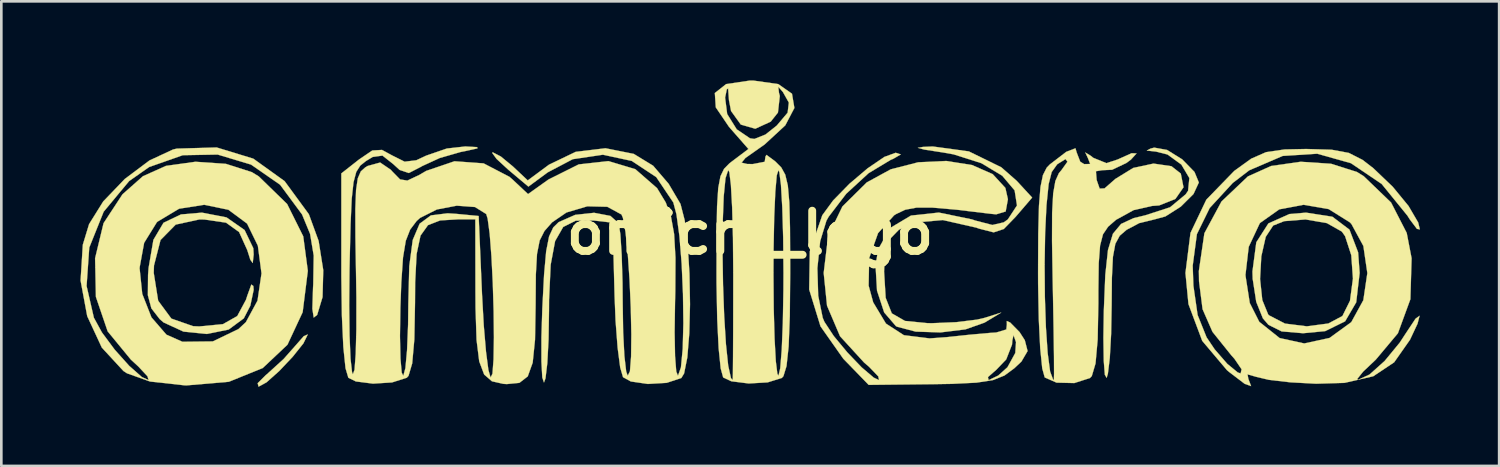
<source format=kicad_pcb>
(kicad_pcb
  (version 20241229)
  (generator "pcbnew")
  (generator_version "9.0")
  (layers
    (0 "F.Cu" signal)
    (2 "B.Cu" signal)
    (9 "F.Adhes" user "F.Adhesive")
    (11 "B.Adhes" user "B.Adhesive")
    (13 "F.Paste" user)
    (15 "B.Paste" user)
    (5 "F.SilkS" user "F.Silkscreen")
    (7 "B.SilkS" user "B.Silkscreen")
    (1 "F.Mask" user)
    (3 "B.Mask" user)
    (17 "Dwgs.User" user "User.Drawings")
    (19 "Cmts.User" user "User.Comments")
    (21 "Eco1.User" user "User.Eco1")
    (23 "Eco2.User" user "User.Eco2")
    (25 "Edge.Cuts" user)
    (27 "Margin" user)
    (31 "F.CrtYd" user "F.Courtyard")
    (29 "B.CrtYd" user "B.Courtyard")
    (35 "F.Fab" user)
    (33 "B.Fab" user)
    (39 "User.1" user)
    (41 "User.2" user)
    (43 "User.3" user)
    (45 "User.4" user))
  (footprint "omicro_logo"
    (layer "F.Cu")
    (at 25.385 5.774)
    (property "Reference" "omicro_logo" (at 0 0 0) (layer "F.SilkS") (effects (font (size 1.524 1.524) (thickness 0.3))))
    (attr through_hole)
    (fp_poly (pts (xy 23.042 5.582) (xy 23.04 5.577) (xy 23.065 5.571) (xy 23.042 5.582)) (stroke (width 0.01) (type solid)) (fill yes) (layer "F.SilkS"))
    (fp_poly (pts (xy 24.063 4.861) (xy 24.636 4.164) (xy 24.867 3.81) (xy 25.234 3.258) (xy 25.387 3.146) (xy 25.309 3.448) (xy 25.023 4.057) (xy 24.423 4.912) (xy 23.629 5.442) (xy 23.065 5.571) (xy 23.488 5.376) (xy 24.063 4.861)) (stroke (width 0.01) (type solid)) (fill yes) (layer "F.SilkS"))
    (fp_poly (pts (xy -16.77 3.865) (xy -16.932 4.195) (xy -17.339 4.704) (xy -17.851 5.245) (xy -18.33 5.672) (xy -18.632 5.836) (xy -18.666 5.705) (xy -18.355 5.395) (xy -18.316 5.364) (xy -17.682 4.787) (xy -17.242 4.29) (xy -16.918 3.921) (xy -16.77 3.857) (xy -16.77 3.865)) (stroke (width 0.01) (type solid)) (fill yes) (layer "F.SilkS"))
    (fp_poly (pts (xy 15.814 -3.139) (xy 16.388 -2.781) (xy 16.853 -2.304) (xy 17.018 -1.905) (xy 16.815 -1.468) (xy 16.331 -0.988) (xy 15.751 -0.619) (xy 15.344 -0.508) (xy 14.757 -0.365) (xy 14.281 -0.113) (xy 14.018 0.113) (xy 13.852 0.419) (xy 13.76 0.915) (xy 13.721 1.713) (xy 13.712 2.745) (xy 13.692 3.835) (xy 13.642 4.744) (xy 13.569 5.346) (xy 13.522 5.501) (xy 13.454 5.386) (xy 13.412 4.851) (xy 13.399 3.985) (xy 13.415 2.961) (xy 13.471 1.597) (xy 13.573 0.652) (xy 13.76 0.038) (xy 14.07 -0.334) (xy 14.542 -0.553) (xy 14.986 -0.661) (xy 15.927 -0.966) (xy 16.516 -1.454) (xy 16.609 -1.59) (xy 16.658 -2.074) (xy 16.355 -2.584) (xy 15.828 -2.967) (xy 15.391 -3.077) (xy 15.044 -3.115) (xy 15.185 -3.19) (xy 15.326 -3.227) (xy 15.814 -3.139)) (stroke (width 0.01) (type solid)) (fill yes) (layer "F.SilkS"))
    (fp_poly (pts (xy 22.081 -0.607) (xy 22.728 -0.118) (xy 23.056 0.743) (xy 23.114 1.524) (xy 22.984 2.639) (xy 22.564 3.358) (xy 21.807 3.73) (xy 20.969 3.81) (xy 20.157 3.741) (xy 19.657 3.491) (xy 19.445 3.245) (xy 19.194 2.622) (xy 19.06 1.755) (xy 19.339 1.755) (xy 19.423 2.551) (xy 19.645 3.095) (xy 19.675 3.129) (xy 20.283 3.444) (xy 21.111 3.548) (xy 21.927 3.441) (xy 22.461 3.157) (xy 22.748 2.579) (xy 22.86 1.739) (xy 22.797 0.852) (xy 22.562 0.13) (xy 22.44 -0.043) (xy 21.871 -0.365) (xy 21.062 -0.504) (xy 20.252 -0.439) (xy 19.835 -0.273) (xy 19.554 0.155) (xy 19.386 0.894) (xy 19.339 1.755) (xy 19.06 1.755) (xy 19.059 1.753) (xy 19.05 1.467) (xy 19.196 0.362) (xy 19.654 -0.353) (xy 20.452 -0.709) (xy 21.082 -0.762) (xy 22.081 -0.607)) (stroke (width 0.01) (type solid)) (fill yes) (layer "F.SilkS"))
    (fp_poly (pts (xy -19.848 -0.582) (xy -19.162 -0.103) (xy -18.831 0.587) (xy -18.818 0.826) (xy -18.853 1.148) (xy -18.944 1.024) (xy -19.061 0.657) (xy -19.37 -0.026) (xy -19.865 -0.382) (xy -20.685 -0.501) (xy -20.877 -0.504) (xy -21.773 -0.309) (xy -22.349 0.276) (xy -22.597 1.243) (xy -22.606 1.524) (xy -22.438 2.578) (xy -21.938 3.255) (xy -21.116 3.542) (xy -20.877 3.552) (xy -19.983 3.466) (xy -19.44 3.159) (xy -19.109 2.541) (xy -19.061 2.391) (xy -18.906 1.964) (xy -18.83 2.019) (xy -18.818 2.166) (xy -18.944 2.765) (xy -19.191 3.245) (xy -19.766 3.67) (xy -20.591 3.838) (xy -21.477 3.749) (xy -22.234 3.401) (xy -22.381 3.273) (xy -22.695 2.868) (xy -22.829 2.369) (xy -22.822 1.595) (xy -22.801 1.33) (xy -22.619 0.27) (xy -22.236 -0.378) (xy -21.573 -0.694) (xy -20.779 -0.762) (xy -19.848 -0.582)) (stroke (width 0.01) (type solid)) (fill yes) (layer "F.SilkS"))
    (fp_poly (pts (xy 8.297 -3.084) (xy 9.528 -2.481) (xy 10.111 -1.969) (xy 10.698 -1.333) (xy 10.073 -0.606) (xy 9.623 -0.142) (xy 9.239 -0.014) (xy 8.681 -0.157) (xy 8.579 -0.194) (xy 7.311 -0.481) (xy 6.22 -0.385) (xy 5.645 -0.113) (xy 5.275 0.268) (xy 5.111 0.837) (xy 5.084 1.475) (xy 5.144 2.467) (xy 5.377 3.057) (xy 5.877 3.344) (xy 6.737 3.428) (xy 6.912 3.429) (xy 7.817 3.391) (xy 8.607 3.294) (xy 8.89 3.228) (xy 9.525 3.027) (xy 8.89 3.409) (xy 8.17 3.663) (xy 7.224 3.779) (xy 6.282 3.749) (xy 5.573 3.562) (xy 5.534 3.541) (xy 5.088 3.023) (xy 4.816 2.196) (xy 4.76 1.239) (xy 4.862 0.623) (xy 5.316 -0.182) (xy 6.104 -0.651) (xy 7.159 -0.765) (xy 8.417 -0.505) (xy 8.538 -0.463) (xy 9.189 -0.294) (xy 9.623 -0.395) (xy 9.775 -0.504) (xy 10.123 -1.034) (xy 10.033 -1.606) (xy 9.564 -2.161) (xy 8.772 -2.637) (xy 7.718 -2.972) (xy 7.337 -3.04) (xy 6.613 -3.152) (xy 6.363 -3.218) (xy 6.556 -3.254) (xy 6.93 -3.27) (xy 8.297 -3.084)) (stroke (width 0.01) (type solid)) (fill yes) (layer "F.SilkS"))
    (fp_poly (pts (xy 12.389 -3.035) (xy 12.522 -2.691) (xy 12.672 -2.602) (xy 12.897 -2.607) (xy 12.814 -2.825) (xy 12.712 -3.044) (xy 12.918 -2.918) (xy 13.016 -2.84) (xy 13.513 -2.638) (xy 13.937 -2.776) (xy 14.47 -3.015) (xy 14.655 -3.007) (xy 14.442 -2.772) (xy 14.269 -2.644) (xy 13.729 -2.388) (xy 13.352 -2.371) (xy 13.116 -2.331) (xy 13.143 -2) (xy 13.257 -1.674) (xy 13.442 -1.682) (xy 13.844 -2.033) (xy 13.854 -2.042) (xy 14.53 -2.457) (xy 15.299 -2.622) (xy 15.979 -2.522) (xy 16.333 -2.244) (xy 16.436 -1.723) (xy 16.13 -1.283) (xy 15.515 -1.036) (xy 15.243 -1.016) (xy 14.546 -0.858) (xy 13.877 -0.49) (xy 13.577 -0.228) (xy 13.383 0.06) (xy 13.273 0.485) (xy 13.222 1.158) (xy 13.208 2.189) (xy 13.208 2.67) (xy 13.182 4.048) (xy 13.101 4.956) (xy 12.96 5.432) (xy 12.89 5.508) (xy 12.296 5.699) (xy 11.623 5.683) (xy 11.175 5.486) (xy 11.08 5.144) (xy 11.003 4.38) (xy 10.949 3.278) (xy 10.923 1.925) (xy 10.922 1.513) (xy 10.923 1.201) (xy 11.17 1.201) (xy 11.18 2.426) (xy 11.219 3.581) (xy 11.286 4.561) (xy 11.379 5.263) (xy 11.497 5.58) (xy 11.521 5.588) (xy 11.528 5.349) (xy 11.525 4.69) (xy 11.511 3.7) (xy 11.489 2.466) (xy 11.476 1.814) (xy 11.451 0.315) (xy 11.455 -0.759) (xy 11.495 -1.49) (xy 11.578 -1.962) (xy 11.71 -2.256) (xy 11.811 -2.377) (xy 12.035 -2.691) (xy 11.965 -2.794) (xy 11.648 -2.596) (xy 11.439 -2.303) (xy 11.323 -1.846) (xy 11.241 -1.04) (xy 11.19 0.011) (xy 11.17 1.201) (xy 10.923 1.201) (xy 10.929 0.033) (xy 10.956 -1.021) (xy 11.013 -1.734) (xy 11.107 -2.187) (xy 11.249 -2.466) (xy 11.367 -2.589) (xy 11.992 -3.068) (xy 12.339 -3.202) (xy 12.389 -3.035)) (stroke (width 0.01) (type solid)) (fill yes) (layer "F.SilkS"))
    (fp_poly (pts (xy -18.832 -2.809) (xy -17.644 -1.956) (xy -16.733 -0.713) (xy -16.718 -0.684) (xy -16.355 0.311) (xy -16.179 1.418) (xy -16.206 2.44) (xy -16.41 3.115) (xy -16.541 3.217) (xy -16.592 2.886) (xy -16.567 2.088) (xy -16.559 1.951) (xy -16.541 0.865) (xy -16.678 0.045) (xy -16.983 -0.694) (xy -17.816 -1.82) (xy -18.917 -2.584) (xy -20.182 -2.964) (xy -21.504 -2.94) (xy -22.78 -2.492) (xy -23.538 -1.96) (xy -24.504 -0.799) (xy -25.051 0.563) (xy -25.152 2.019) (xy -24.876 3.222) (xy -24.57 3.781) (xy -24.085 4.434) (xy -23.54 5.043) (xy -23.057 5.47) (xy -22.801 5.588) (xy -22.844 5.442) (xy -23.19 5.071) (xy -23.471 4.813) (xy -24.353 3.739) (xy -24.799 2.432) (xy -24.822 1.33) (xy -23.144 1.33) (xy -23.042 2.318) (xy -22.693 3.208) (xy -22.126 3.864) (xy -21.521 4.133) (xy -20.367 4.12) (xy -19.395 3.653) (xy -19.113 3.39) (xy -18.672 2.575) (xy -18.52 1.542) (xy -18.659 0.491) (xy -19.068 -0.347) (xy -19.775 -0.871) (xy -20.691 -1.06) (xy -21.644 -0.911) (xy -22.459 -0.423) (xy -22.491 -0.393) (xy -22.97 0.382) (xy -23.144 1.33) (xy -24.822 1.33) (xy -24.83 0.967) (xy -24.509 -0.362) (xy -23.79 -1.458) (xy -23.016 -2.143) (xy -22.143 -2.535) (xy -21.025 -2.691) (xy -19.871 -2.612) (xy -18.886 -2.297) (xy -18.624 -2.136) (xy -17.548 -1.088) (xy -16.938 0.137) (xy -16.764 1.445) (xy -16.96 3.011) (xy -17.536 4.245) (xy -18.474 5.13) (xy -19.757 5.65) (xy -21.367 5.788) (xy -21.441 5.785) (xy -22.746 5.641) (xy -23.62 5.33) (xy -23.754 5.243) (xy -24.575 4.354) (xy -25.129 3.161) (xy -25.38 1.813) (xy -25.295 0.454) (xy -25.058 -0.326) (xy -24.521 -1.187) (xy -23.703 -2.039) (xy -22.767 -2.741) (xy -21.874 -3.156) (xy -21.732 -3.189) (xy -20.22 -3.233) (xy -18.832 -2.809)) (stroke (width 0.01) (type solid)) (fill yes) (layer "F.SilkS"))
    (fp_poly (pts (xy 5.717 -2.969) (xy 5.427 -2.801) (xy 5.334 -2.763) (xy 4.496 -2.258) (xy 3.647 -1.477) (xy 2.982 -0.607) (xy 2.898 -0.457) (xy 2.661 0.32) (xy 2.555 1.344) (xy 2.586 2.388) (xy 2.758 3.229) (xy 2.824 3.382) (xy 3.175 3.915) (xy 3.687 4.533) (xy 4.234 5.104) (xy 4.693 5.494) (xy 4.895 5.588) (xy 4.871 5.474) (xy 9.021 5.474) (xy 9.048 5.588) (xy 9.409 5.416) (xy 9.762 5.099) (xy 10.058 4.559) (xy 10.085 4.146) (xy 9.991 3.879) (xy 9.945 4.09) (xy 9.935 4.24) (xy 9.715 4.802) (xy 9.341 5.193) (xy 9.021 5.474) (xy 4.871 5.474) (xy 4.865 5.447) (xy 4.525 5.094) (xy 4.328 4.923) (xy 3.413 3.923) (xy 2.921 2.767) (xy 2.794 1.524) (xy 2.963 0.122) (xy 3.504 -0.996) (xy 4.427 -1.908) (xy 5.336 -2.404) (xy 6.376 -2.671) (xy 7.44 -2.721) (xy 8.418 -2.567) (xy 9.202 -2.222) (xy 9.682 -1.7) (xy 9.779 -1.27) (xy 9.694 -0.806) (xy 9.336 -0.698) (xy 9.144 -0.716) (xy 7.836 -0.873) (xy 6.926 -0.952) (xy 6.31 -0.952) (xy 5.883 -0.872) (xy 5.541 -0.709) (xy 5.464 -0.661) (xy 4.855 0.015) (xy 4.518 0.964) (xy 4.498 2.006) (xy 4.67 2.637) (xy 5.155 3.444) (xy 5.836 3.885) (xy 6.81 4.006) (xy 7.455 3.959) (xy 8.332 3.866) (xy 9.079 3.799) (xy 9.333 3.783) (xy 9.718 3.668) (xy 9.738 3.49) (xy 9.736 3.345) (xy 9.865 3.404) (xy 10.22 3.765) (xy 10.419 4.074) (xy 10.525 4.485) (xy 10.29 4.885) (xy 10.02 5.139) (xy 9.647 5.414) (xy 9.211 5.587) (xy 8.588 5.684) (xy 7.652 5.73) (xy 6.929 5.742) (xy 4.5 5.768) (xy 3.538 4.777) (xy 2.673 3.548) (xy 2.244 2.154) (xy 2.268 0.703) (xy 2.741 -0.663) (xy 3.152 -1.224) (xy 3.771 -1.857) (xy 4.465 -2.446) (xy 5.097 -2.876) (xy 5.525 -3.032) (xy 5.717 -2.969)) (stroke (width 0.01) (type solid)) (fill yes) (layer "F.SilkS"))
    (fp_poly (pts (xy 22.054 -3.147) (xy 22.705 -3.026) (xy 23.229 -2.759) (xy 23.637 -2.443) (xy 24.368 -1.744) (xy 24.968 -1.014) (xy 25.333 -0.389) (xy 25.397 -0.127) (xy 25.287 -0.146) (xy 25.012 -0.511) (xy 24.927 -0.646) (xy 23.949 -1.849) (xy 22.783 -2.637) (xy 21.506 -2.996) (xy 20.196 -2.912) (xy 18.93 -2.368) (xy 18.303 -1.888) (xy 17.429 -0.938) (xy 16.944 0.052) (xy 16.785 1.246) (xy 16.811 2.007) (xy 16.971 3.119) (xy 17.311 3.965) (xy 17.617 4.42) (xy 18.097 4.972) (xy 18.493 5.297) (xy 18.602 5.334) (xy 18.638 5.177) (xy 18.371 4.784) (xy 18.24 4.636) (xy 17.536 3.759) (xy 17.159 2.899) (xy 17.024 1.837) (xy 17.021 1.61) (xy 18.784 1.61) (xy 18.949 2.666) (xy 19.309 3.378) (xy 20.081 3.993) (xy 21.014 4.197) (xy 21.972 3.989) (xy 22.797 3.39) (xy 23.254 2.558) (xy 23.406 1.53) (xy 23.255 0.501) (xy 22.803 -0.33) (xy 22.745 -0.393) (xy 21.94 -0.896) (xy 20.989 -1.06) (xy 20.067 -0.887) (xy 19.348 -0.378) (xy 19.322 -0.347) (xy 18.909 0.533) (xy 18.784 1.61) (xy 17.021 1.61) (xy 17.018 1.451) (xy 17.228 0.019) (xy 17.877 -1.186) (xy 18.878 -2.136) (xy 19.758 -2.531) (xy 20.878 -2.691) (xy 22.031 -2.615) (xy 23.011 -2.304) (xy 23.27 -2.143) (xy 24.306 -1.146) (xy 24.899 0.008) (xy 25.084 0.967) (xy 25.038 2.52) (xy 24.565 3.811) (xy 23.725 4.813) (xy 23.248 5.264) (xy 23.026 5.54) (xy 23.04 5.577) (xy 22.54 5.692) (xy 21.463 5.724) (xy 20.494 5.672) (xy 19.678 5.578) (xy 19.199 5.465) (xy 18.863 5.369) (xy 18.896 5.545) (xy 18.999 5.815) (xy 18.755 5.728) (xy 18.176 5.287) (xy 18.084 5.21) (xy 17.146 4.1) (xy 16.624 2.706) (xy 16.51 1.524) (xy 16.701 0.005) (xy 17.301 -1.253) (xy 18.356 -2.34) (xy 18.371 -2.352) (xy 19.003 -2.808) (xy 19.568 -3.056) (xy 20.268 -3.158) (xy 21.087 -3.175) (xy 22.054 -3.147)) (stroke (width 0.01) (type solid)) (fill yes) (layer "F.SilkS"))
    (fp_poly (pts (xy 1.072 -5.636) (xy 1.592 -5.271) (xy 1.683 -4.731) (xy 1.338 -4.071) (xy 0.553 -3.346) (xy 0.362 -3.212) (xy -0.175 -2.833) (xy -0.32 -2.657) (xy -0.105 -2.606) (xy 0.11 -2.604) (xy 0.558 -2.691) (xy 0.587 -2.889) (xy 0.625 -2.952) (xy 0.943 -2.716) (xy 0.972 -2.691) (xy 1.187 -2.474) (xy 1.337 -2.201) (xy 1.435 -1.788) (xy 1.491 -1.147) (xy 1.517 -0.192) (xy 1.524 1.164) (xy 1.524 1.548) (xy 1.51 3.158) (xy 1.465 4.311) (xy 1.385 5.055) (xy 1.267 5.44) (xy 1.206 5.506) (xy 0.67 5.673) (xy -0.049 5.715) (xy -0.706 5.632) (xy -1.017 5.486) (xy -1.111 5.144) (xy -1.189 4.379) (xy -1.243 3.275) (xy -1.269 1.916) (xy -1.27 1.485) (xy -1.268 0.744) (xy -1.041 0.744) (xy -1.022 1.969) (xy -0.978 3.163) (xy -0.912 4.222) (xy -0.826 5.04) (xy -0.721 5.513) (xy -0.656 5.588) (xy -0.649 5.348) (xy -0.643 4.686) (xy -0.638 3.686) (xy -0.636 2.434) (xy -0.635 1.548) (xy -0.635 1.524) (xy 0.889 1.524) (xy 0.9 2.876) (xy 0.932 4.019) (xy 0.979 4.871) (xy 1.038 5.349) (xy 1.079 5.422) (xy 1.146 5.14) (xy 1.203 4.441) (xy 1.245 3.419) (xy 1.267 2.164) (xy 1.27 1.524) (xy 1.258 0.192) (xy 1.224 -0.951) (xy 1.174 -1.812) (xy 1.112 -2.3) (xy 1.079 -2.374) (xy 1.015 -2.175) (xy 0.96 -1.551) (xy 0.918 -0.584) (xy 0.894 0.645) (xy 0.889 1.524) (xy -0.635 1.524) (xy -0.646 0.192) (xy -0.677 -0.956) (xy -0.724 -1.813) (xy -0.783 -2.298) (xy -0.826 -2.374) (xy -0.928 -2.071) (xy -0.996 -1.381) (xy -1.033 -0.408) (xy -1.041 0.744) (xy -1.268 0.744) (xy -1.267 0.032) (xy -1.249 -1) (xy -1.204 -1.695) (xy -1.12 -2.141) (xy -0.984 -2.422) (xy -0.784 -2.626) (xy -0.665 -2.719) (xy -0.059 -3.175) (xy -0.794 -4.012) (xy -1.297 -4.754) (xy -1.321 -5.123) (xy -0.944 -5.123) (xy -0.865 -4.501) (xy -0.503 -3.92) (xy -0.001 -3.581) (xy 0.166 -3.556) (xy 0.586 -3.723) (xy 1.016 -4.064) (xy 1.427 -4.551) (xy 1.473 -4.934) (xy 1.249 -5.334) (xy 1.072 -5.537) (xy 1.099 -5.302) (xy 1.13 -5.186) (xy 1.06 -4.557) (xy 0.787 -4.213) (xy 0.2 -3.943) (xy -0.348 -4.101) (xy -0.718 -4.615) (xy -0.797 -5.025) (xy -0.829 -5.472) (xy -0.88 -5.432) (xy -0.944 -5.123) (xy -1.321 -5.123) (xy -1.333 -5.297) (xy -0.904 -5.636) (xy -0.013 -5.768) (xy 0.127 -5.769) (xy 1.072 -5.636)) (stroke (width 0.01) (type solid)) (fill yes) (layer "F.SilkS"))
    (fp_poly (pts (xy -10.343 -3.246) (xy -10.334 -3.198) (xy -10.794 -3.096) (xy -10.968 -3.062) (xy -11.764 -2.833) (xy -12.435 -2.525) (xy -12.473 -2.501) (xy -12.935 -2.264) (xy -13.285 -2.382) (xy -13.526 -2.603) (xy -13.934 -2.925) (xy -14.306 -2.873) (xy -14.56 -2.719) (xy -14.775 -2.547) (xy -14.928 -2.307) (xy -15.032 -1.915) (xy -15.1 -1.287) (xy -15.143 -0.34) (xy -15.176 1.011) (xy -15.184 1.408) (xy -15.196 2.744) (xy -15.182 3.899) (xy -15.145 4.777) (xy -15.088 5.284) (xy -15.057 5.366) (xy -14.994 5.197) (xy -14.949 4.601) (xy -14.931 3.922) (xy -13.271 3.922) (xy -13.252 4.778) (xy -13.204 5.305) (xy -13.145 5.423) (xy -13.065 5.135) (xy -13.002 4.451) (xy -12.963 3.485) (xy -12.954 2.691) (xy -12.918 1.265) (xy -12.787 0.276) (xy -12.525 -0.343) (xy -12.097 -0.658) (xy -11.465 -0.737) (xy -11.136 -0.716) (xy -10.287 -0.635) (xy -10.16 2.329) (xy -10.094 3.513) (xy -10.009 4.507) (xy -9.918 5.204) (xy -9.835 5.491) (xy -9.764 5.343) (xy -9.723 4.799) (xy -9.709 3.971) (xy -9.72 2.97) (xy -9.752 1.908) (xy -9.803 0.895) (xy -9.869 0.043) (xy -9.947 -0.536) (xy -10.001 -0.71) (xy -10.428 -0.975) (xy -11.116 -1.026) (xy -11.873 -0.882) (xy -12.508 -0.563) (xy -12.639 -0.445) (xy -12.885 -0.119) (xy -13.05 0.304) (xy -13.155 0.935) (xy -13.22 1.885) (xy -13.255 2.834) (xy -13.271 3.922) (xy -14.931 3.922) (xy -14.924 3.659) (xy -14.923 2.452) (xy -14.935 1.655) (xy -14.96 0.164) (xy -14.963 -0.9) (xy -14.936 -1.616) (xy -14.87 -2.064) (xy -14.756 -2.325) (xy -14.586 -2.478) (xy -14.494 -2.532) (xy -14.022 -2.662) (xy -13.619 -2.388) (xy -13.56 -2.321) (xy -13.267 -2.022) (xy -12.99 -1.978) (xy -12.541 -2.19) (xy -12.276 -2.345) (xy -11.204 -2.71) (xy -10.1 -2.63) (xy -9.119 -2.12) (xy -8.997 -2.013) (xy -8.415 -1.466) (xy -7.639 -2.019) (xy -6.493 -2.591) (xy -5.367 -2.716) (xy -4.347 -2.41) (xy -3.523 -1.691) (xy -3.194 -1.147) (xy -2.996 -0.614) (xy -2.877 0.046) (xy -2.825 0.949) (xy -2.832 2.21) (xy -2.842 2.65) (xy -2.858 3.779) (xy -2.841 4.68) (xy -2.796 5.258) (xy -2.731 5.422) (xy -2.618 5.105) (xy -2.551 4.401) (xy -2.526 3.432) (xy -2.541 2.318) (xy -2.591 1.178) (xy -2.675 0.133) (xy -2.788 -0.698) (xy -2.906 -1.146) (xy -3.555 -2.11) (xy -4.483 -2.723) (xy -5.576 -2.958) (xy -6.721 -2.788) (xy -7.668 -2.29) (xy -8.401 -1.749) (xy -9.173 -2.398) (xy -9.61 -2.801) (xy -9.775 -3.029) (xy -9.751 -3.048) (xy -9.446 -2.89) (xy -8.992 -2.516) (xy -8.426 -1.984) (xy -7.621 -2.58) (xy -6.608 -3.067) (xy -5.479 -3.203) (xy -4.406 -2.989) (xy -3.671 -2.54) (xy -3.085 -1.856) (xy -2.637 -1.095) (xy -2.634 -1.088) (xy -2.475 -0.47) (xy -2.362 0.45) (xy -2.295 1.551) (xy -2.274 2.712) (xy -2.301 3.81) (xy -2.376 4.725) (xy -2.498 5.334) (xy -2.603 5.508) (xy -3.159 5.691) (xy -3.875 5.733) (xy -4.517 5.639) (xy -4.814 5.476) (xy -4.921 5.112) (xy -5.019 4.357) (xy -5.097 3.331) (xy -5.134 2.398) (xy -5.207 -0.381) (xy -5.928 -0.464) (xy -6.606 -0.458) (xy -7.082 -0.219) (xy -7.389 0.317) (xy -7.557 1.214) (xy -7.618 2.535) (xy -7.62 2.945) (xy -7.637 4.044) (xy -7.684 4.939) (xy -7.753 5.519) (xy -7.811 5.677) (xy -7.875 5.488) (xy -7.908 4.887) (xy -7.908 3.969) (xy -7.874 2.876) (xy -7.807 1.584) (xy -7.728 0.704) (xy -7.618 0.141) (xy -7.459 -0.201) (xy -7.254 -0.402) (xy -6.627 -0.678) (xy -5.909 -0.756) (xy -5.292 -0.638) (xy -4.98 -0.36) (xy -4.915 0.053) (xy -4.864 0.845) (xy -4.833 1.89) (xy -4.826 2.673) (xy -4.809 3.775) (xy -4.762 4.675) (xy -4.694 5.26) (xy -4.636 5.422) (xy -4.552 5.253) (xy -4.508 4.691) (xy -4.499 3.85) (xy -4.52 2.844) (xy -4.567 1.785) (xy -4.635 0.788) (xy -4.721 -0.034) (xy -4.819 -0.567) (xy -4.873 -0.692) (xy -5.41 -0.984) (xy -6.168 -1.002) (xy -6.958 -0.768) (xy -7.505 -0.393) (xy -7.792 -0.067) (xy -7.974 0.292) (xy -8.075 0.805) (xy -8.119 1.589) (xy -8.128 2.751) (xy -8.15 4.053) (xy -8.239 4.926) (xy -8.426 5.446) (xy -8.743 5.691) (xy -9.221 5.738) (xy -9.355 5.729) (xy -9.784 5.632) (xy -10.079 5.375) (xy -10.266 4.878) (xy -10.367 4.063) (xy -10.406 2.852) (xy -10.41 2.223) (xy -10.414 -0.508) (xy -11.066 -0.508) (xy -11.747 -0.467) (xy -12.208 -0.288) (xy -12.492 0.109) (xy -12.64 0.807) (xy -12.695 1.885) (xy -12.7 2.661) (xy -12.726 4.043) (xy -12.807 4.953) (xy -12.947 5.427) (xy -13.015 5.499) (xy -13.57 5.675) (xy -14.293 5.721) (xy -14.943 5.638) (xy -15.228 5.498) (xy -15.335 5.137) (xy -15.418 4.332) (xy -15.473 3.146) (xy -15.494 1.644) (xy -15.494 1.492) (xy -15.494 -2.249) (xy -14.82 -2.779) (xy -14.319 -3.119) (xy -13.952 -3.14) (xy -13.568 -2.931) (xy -13.094 -2.694) (xy -12.653 -2.747) (xy -12.273 -2.925) (xy -11.493 -3.193) (xy -10.795 -3.271) (xy -10.343 -3.246)) (stroke (width 0.01) (type solid)) (fill yes) (layer "F.SilkS")))
  (gr_rect
    (start -3 -3)
    (end 53.788 14.616)
    (stroke (width 0.1) (type default))
    (fill no)
    (layer "Edge.Cuts")))
</source>
